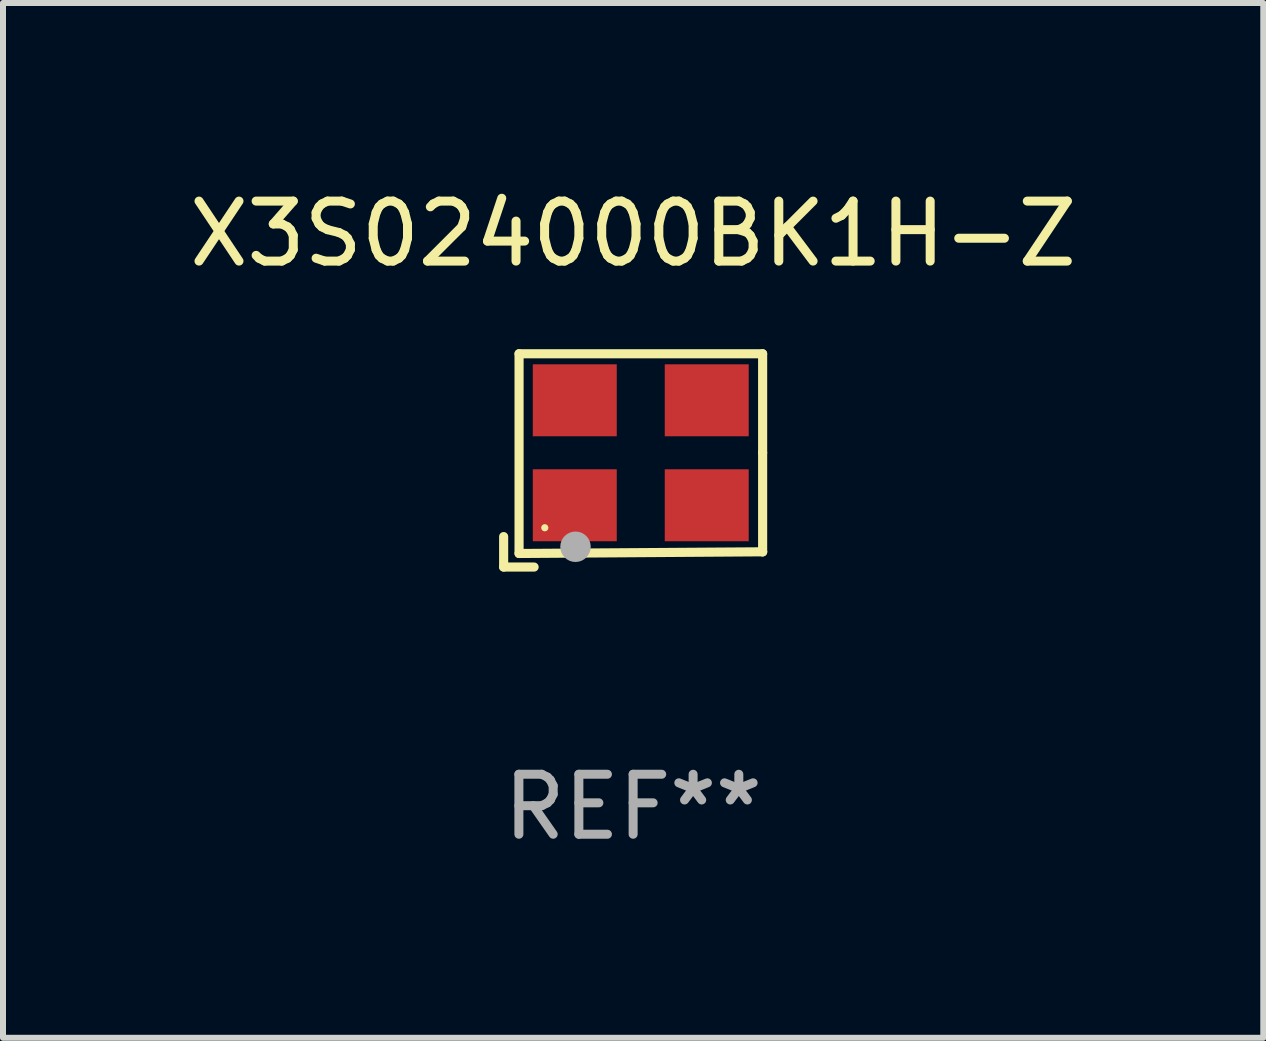
<source format=kicad_pcb>
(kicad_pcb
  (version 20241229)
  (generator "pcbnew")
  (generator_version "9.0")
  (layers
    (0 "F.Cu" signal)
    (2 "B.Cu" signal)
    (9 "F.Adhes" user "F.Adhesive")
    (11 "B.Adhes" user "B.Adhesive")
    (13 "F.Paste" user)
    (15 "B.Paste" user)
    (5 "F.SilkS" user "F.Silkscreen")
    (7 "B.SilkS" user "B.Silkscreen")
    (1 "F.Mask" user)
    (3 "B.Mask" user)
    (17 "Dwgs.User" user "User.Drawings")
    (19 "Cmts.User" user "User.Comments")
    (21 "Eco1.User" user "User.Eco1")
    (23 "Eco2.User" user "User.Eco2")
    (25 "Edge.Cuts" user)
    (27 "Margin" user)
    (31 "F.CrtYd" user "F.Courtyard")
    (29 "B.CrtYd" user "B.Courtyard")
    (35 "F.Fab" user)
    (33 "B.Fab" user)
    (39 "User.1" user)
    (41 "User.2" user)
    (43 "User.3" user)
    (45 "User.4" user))
  (footprint "X3S024000BK1H-Z"
    (layer "F.Cu")
    (at 7.506 4.626)
    (property "Reference" "X3S024000BK1H-Z" (at 0 -3.778 0) (layer "F.SilkS") (effects (font (size 1 1) (thickness 0.15))))
    (attr through_hole)
    (fp_line (start -2.159 1.27) (end -2.159 1.778) (stroke (width 0.152) (type solid)) (layer "F.SilkS"))
    (fp_line (start -2.159 1.778) (end -1.651 1.778) (stroke (width 0.152) (type solid)) (layer "F.SilkS"))
    (fp_line (start -1.902 -1.778) (end 2.159 -1.778) (stroke (width 0.152) (type solid)) (layer "F.SilkS"))
    (fp_line (start -1.902 1.552) (end -1.902 -1.778) (stroke (width 0.152) (type solid)) (layer "F.SilkS"))
    (fp_line (start 2.159 -1.778) (end 2.159 -0.127) (stroke (width 0.152) (type solid)) (layer "F.SilkS"))
    (fp_line (start 2.159 -0.127) (end 2.159 1.524) (stroke (width 0.152) (type solid)) (layer "F.SilkS"))
    (fp_line (start 2.159 1.524) (end -1.902 1.552) (stroke (width 0.152) (type solid)) (layer "F.SilkS"))
    (fp_line (start 2.159 1.524) (end 2.159 1.524) (stroke (width 0.152) (type solid)) (layer "F.SilkS"))
    (fp_circle (center -1.473 1.123) (end -1.443 1.123) (stroke (width 0.06) (type solid)) (fill no) (layer "F.SilkS"))
    (fp_circle (center -0.961 1.44) (end -0.834 1.44) (stroke (width 0.254) (type solid)) (fill no) (layer "F.Fab"))
    (fp_text user "REF**" (at 0 5.778 0) (layer "F.Fab") (effects (font (size 1 1) (thickness 0.15))))
    (pad "1" smd rect (at -0.973 0.748) (size 1.4 1.2) (layers "F.Cu" "F.Mask" "F.Paste"))
    (pad "2" smd rect (at 1.227 0.748) (size 1.4 1.2) (layers "F.Cu" "F.Mask" "F.Paste"))
    (pad "3" smd rect (at 1.227 -1.002) (size 1.4 1.2) (layers "F.Cu" "F.Mask" "F.Paste"))
    (pad "4" smd rect (at -0.973 -1.002) (size 1.4 1.2) (layers "F.Cu" "F.Mask" "F.Paste")))
  (gr_rect
    (start -3 -3)
    (end 18.012 14.253)
    (stroke (width 0.1) (type default))
    (fill no)
    (layer "Edge.Cuts")))
</source>
